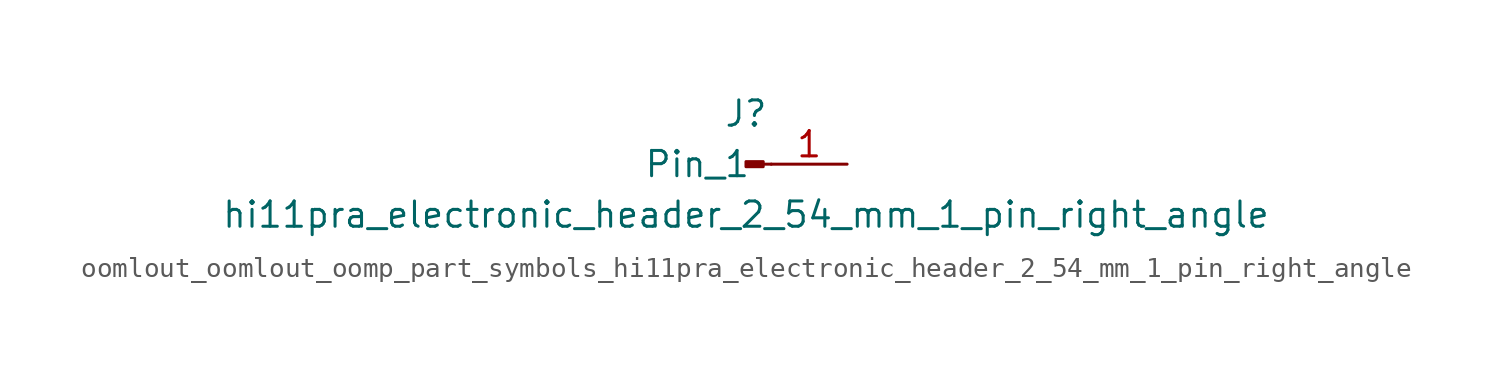
<source format=kicad_sym>
(kicad_symbol_lib
  (version 20220914)
  (generator kicad_symbol_editor)
  (symbol "oomlout_oomlout_oomp_part_symbols_hi11pra_electronic_header_2_54_mm_1_pin_right_angle"
    (pin_names
      (offset 1.016))
    (property "Reference" "J"
      (at 0 2.54 0)
      (effects (font (size 1.27 1.27))))
    (property "Value" "hi11pra_electronic_header_2_54_mm_1_pin_right_angle"
      (at 0 -2.54 0)
      (effects (font (size 1.27 1.27))))
    (property "ki_locked" ""
      (at 0 0 0)
      (effects (font (size 1.27 1.27))))
    (symbol "oomlout_oomlout_oomp_part_symbols_hi11pra_electronic_header_2_54_mm_1_pin_right_angle_1_1"
      (polyline (pts (xy 1.27 0) (xy 0.864 0)) (stroke (width 0.152) (type default)) (fill (type none)))
      (rectangle (start 0.864 0.127) (end 0 -0.127) (stroke (width 0.152) (type default)) (fill (type outline)))
      (pin passive line (at 5.08 0 180) (length 3.81) (name "Pin_1" (effects (font (size 1.27 1.27)))) (number "1" (effects (font (size 1.27 1.27))))))))
</source>
